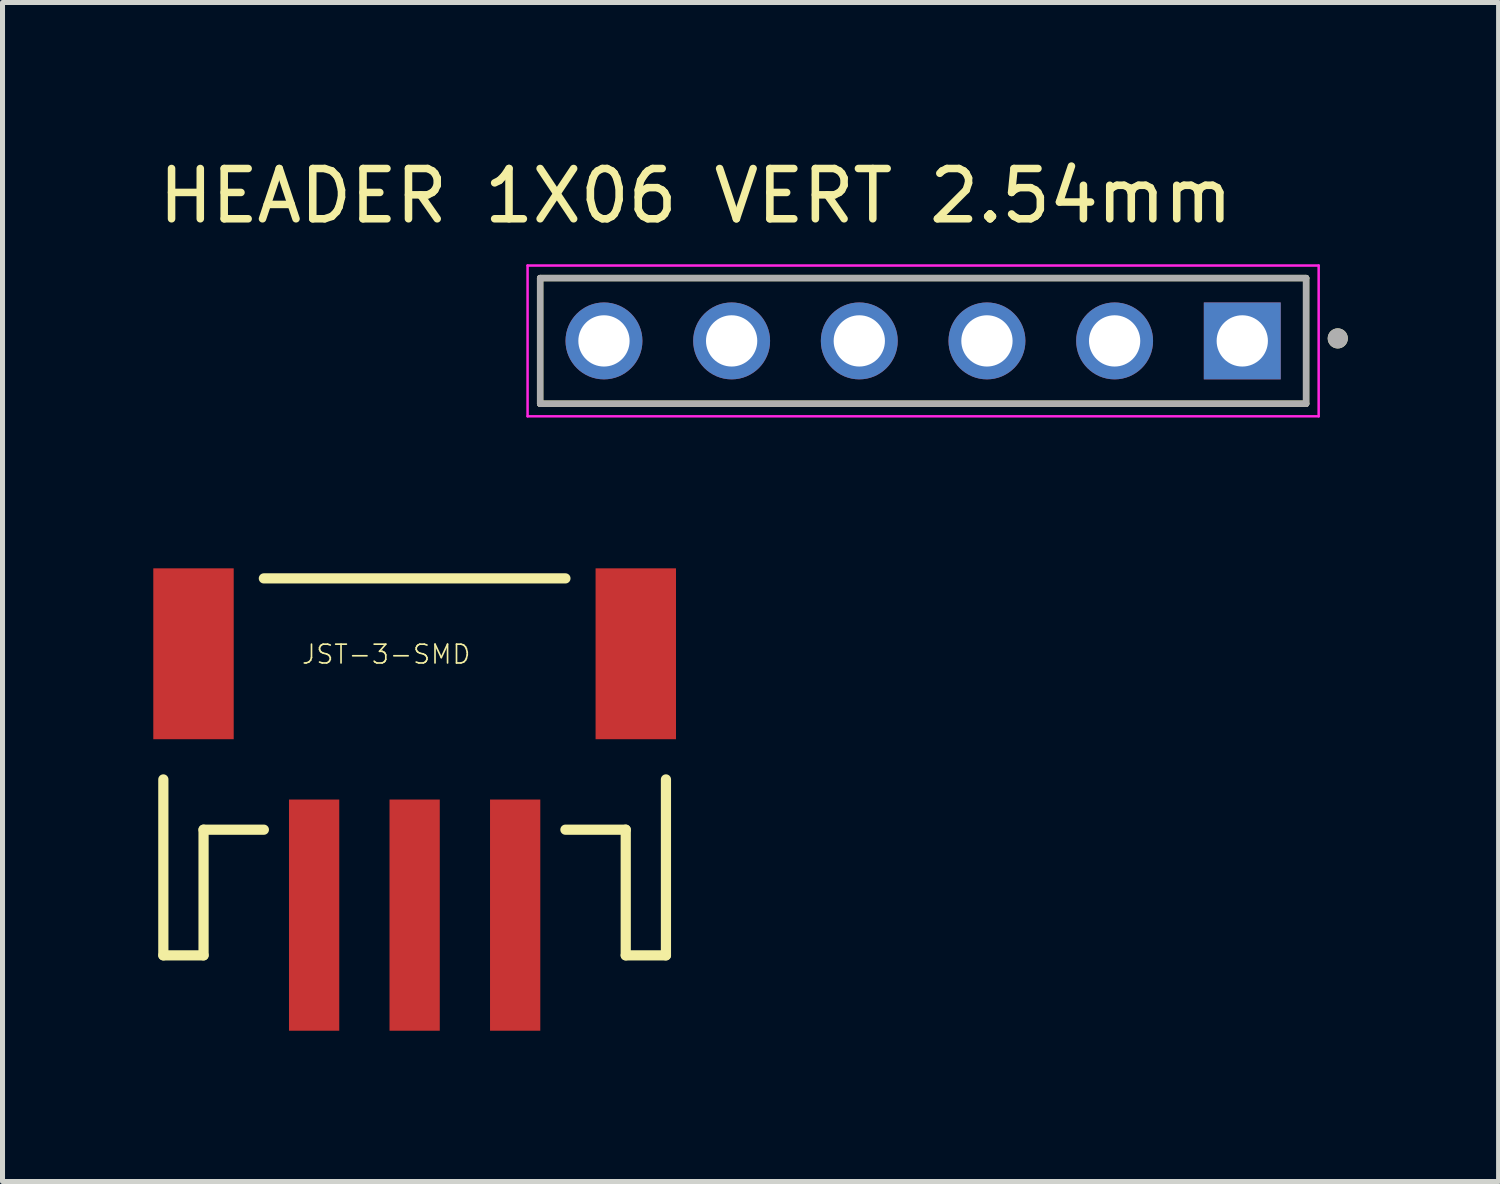
<source format=kicad_pcb>
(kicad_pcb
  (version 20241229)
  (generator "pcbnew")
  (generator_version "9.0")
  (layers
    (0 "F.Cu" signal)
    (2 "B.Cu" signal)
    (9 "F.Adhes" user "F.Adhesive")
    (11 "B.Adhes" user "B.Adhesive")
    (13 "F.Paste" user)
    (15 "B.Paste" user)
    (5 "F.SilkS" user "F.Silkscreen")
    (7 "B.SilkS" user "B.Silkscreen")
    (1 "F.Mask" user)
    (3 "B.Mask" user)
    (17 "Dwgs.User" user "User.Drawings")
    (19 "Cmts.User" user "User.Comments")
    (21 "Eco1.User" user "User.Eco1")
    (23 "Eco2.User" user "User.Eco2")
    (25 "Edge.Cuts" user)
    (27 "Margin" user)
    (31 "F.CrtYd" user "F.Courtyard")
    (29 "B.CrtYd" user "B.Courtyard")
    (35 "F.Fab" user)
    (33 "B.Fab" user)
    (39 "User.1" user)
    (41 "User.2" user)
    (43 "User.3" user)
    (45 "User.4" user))
  (footprint "JST-3-SMD"
    (layer "F.Cu")
    (at 5.19 10.388)
    (property "Reference" "JST-3-SMD" (at -2.26 -0.2 0) (unlocked yes) (layer "F.SilkS") (effects (font (size 0.374 0.374) (thickness 0.033)) (justify left bottom)))
    (fp_line (start -4.99 2.07) (end -4.99 5.57) (stroke (width 0.203) (type solid)) (layer "F.SilkS"))
    (fp_line (start -4.99 5.57) (end -4.19 5.57) (stroke (width 0.203) (type solid)) (layer "F.SilkS"))
    (fp_line (start -4.19 3.07) (end -2.99 3.07) (stroke (width 0.203) (type solid)) (layer "F.SilkS"))
    (fp_line (start -4.19 5.57) (end -4.19 3.07) (stroke (width 0.203) (type solid)) (layer "F.SilkS"))
    (fp_line (start 3.01 -1.93) (end -2.99 -1.93) (stroke (width 0.203) (type solid)) (layer "F.SilkS"))
    (fp_line (start 3.01 3.07) (end 4.21 3.07) (stroke (width 0.203) (type solid)) (layer "F.SilkS"))
    (fp_line (start 4.21 3.07) (end 4.21 5.57) (stroke (width 0.203) (type solid)) (layer "F.SilkS"))
    (fp_line (start 4.21 5.57) (end 5.01 5.57) (stroke (width 0.203) (type solid)) (layer "F.SilkS"))
    (fp_line (start 5.01 5.57) (end 5.01 2.07) (stroke (width 0.203) (type solid)) (layer "F.SilkS"))
    (pad "1" smd rect (at -1.99 4.77) (size 1 4.6) (layers "F.Cu" "F.Mask" "F.Paste"))
    (pad "2" smd rect (at 0.01 4.77) (size 1 4.6) (layers "F.Cu" "F.Mask" "F.Paste"))
    (pad "3" smd rect (at 2.01 4.77) (size 1 4.6) (layers "F.Cu" "F.Mask" "F.Paste"))
    (pad "NC1" smd rect (at -4.39 -0.43 90) (size 3.4 1.6) (layers "F.Cu" "F.Mask" "F.Paste"))
    (pad "NC2" smd rect (at 4.41 -0.43 90) (size 3.4 1.6) (layers "F.Cu" "F.Mask" "F.Paste")))
  (footprint "HEADER 1X06 VERT 2.54mm"
    (layer "F.Cu")
    (at 15.317 3.733)
    (property "Reference" "HEADER 1X06 VERT 2.54mm" (at -4.525 -2.885 0) (layer "F.SilkS") (effects (font (size 1 1) (thickness 0.15))))
    (attr through_hole)
    (fp_line (start -7.62 1.25) (end -7.62 -1.25) (stroke (width 0.127) (type solid)) (layer "F.SilkS"))
    (fp_line (start 7.62 -1.25) (end -7.62 -1.25) (stroke (width 0.127) (type solid)) (layer "F.SilkS"))
    (fp_line (start 7.62 -1.25) (end 7.62 1.25) (stroke (width 0.127) (type solid)) (layer "F.SilkS"))
    (fp_line (start 7.62 1.25) (end -7.62 1.25) (stroke (width 0.127) (type solid)) (layer "F.SilkS"))
    (fp_circle (center 8.25 -0.05) (end 8.35 -0.05) (stroke (width 0.2) (type solid)) (fill no) (layer "F.SilkS"))
    (fp_line (start -7.87 -1.5) (end 7.87 -1.5) (stroke (width 0.05) (type solid)) (layer "F.CrtYd"))
    (fp_line (start -7.87 1.5) (end -7.87 -1.5) (stroke (width 0.05) (type solid)) (layer "F.CrtYd"))
    (fp_line (start 7.87 -1.5) (end 7.87 1.5) (stroke (width 0.05) (type solid)) (layer "F.CrtYd"))
    (fp_line (start 7.87 1.5) (end -7.87 1.5) (stroke (width 0.05) (type solid)) (layer "F.CrtYd"))
    (fp_line (start -7.62 -1.25) (end 7.62 -1.25) (stroke (width 0.127) (type solid)) (layer "F.Fab"))
    (fp_line (start -7.62 1.25) (end -7.62 -1.25) (stroke (width 0.127) (type solid)) (layer "F.Fab"))
    (fp_line (start 7.62 -1.25) (end 7.62 1.25) (stroke (width 0.127) (type solid)) (layer "F.Fab"))
    (fp_line (start 7.62 1.25) (end -7.62 1.25) (stroke (width 0.127) (type solid)) (layer "F.Fab"))
    (fp_circle (center 8.25 -0.05) (end 8.35 -0.05) (stroke (width 0.2) (type solid)) (fill no) (layer "F.Fab"))
    (pad "1" thru_hole rect (at 6.35 0) (size 1.53 1.53) (drill 1.02) (layers "*.Cu" "*.Mask"))
    (pad "2" thru_hole circle (at 3.81 0) (size 1.53 1.53) (drill 1.02) (layers "*.Cu" "*.Mask"))
    (pad "3" thru_hole circle (at 1.27 0) (size 1.53 1.53) (drill 1.02) (layers "*.Cu" "*.Mask"))
    (pad "4" thru_hole circle (at -1.27 0) (size 1.53 1.53) (drill 1.02) (layers "*.Cu" "*.Mask"))
    (pad "5" thru_hole circle (at -3.81 0) (size 1.53 1.53) (drill 1.02) (layers "*.Cu" "*.Mask"))
    (pad "6" thru_hole circle (at -6.35 0) (size 1.53 1.53) (drill 1.02) (layers "*.Cu" "*.Mask")))
  (gr_rect
    (start -3 -3)
    (end 26.767 20.458)
    (stroke (width 0.1) (type default))
    (fill no)
    (layer "Edge.Cuts")))
</source>
